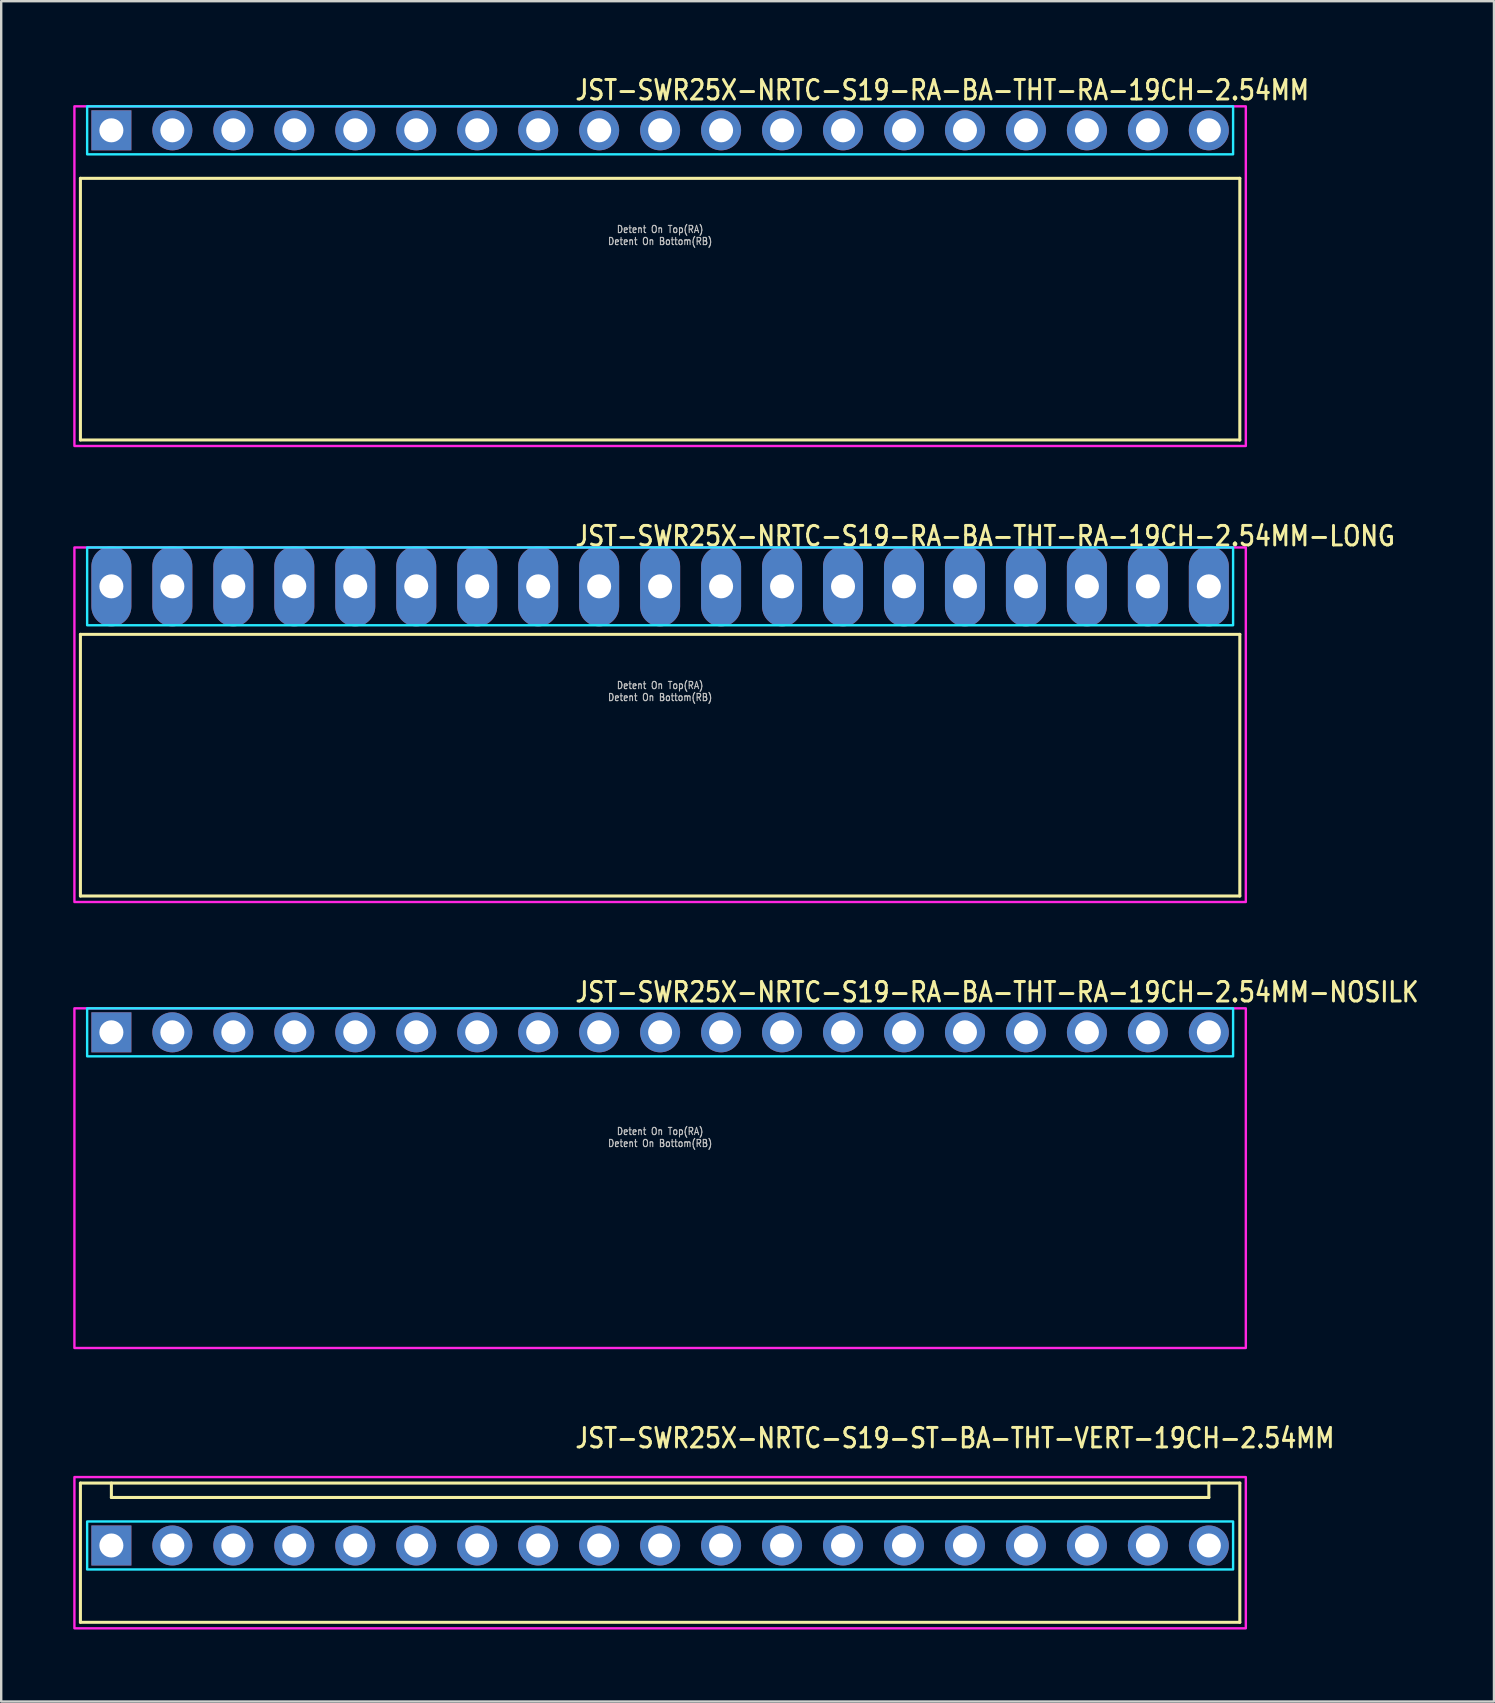
<source format=kicad_pcb>
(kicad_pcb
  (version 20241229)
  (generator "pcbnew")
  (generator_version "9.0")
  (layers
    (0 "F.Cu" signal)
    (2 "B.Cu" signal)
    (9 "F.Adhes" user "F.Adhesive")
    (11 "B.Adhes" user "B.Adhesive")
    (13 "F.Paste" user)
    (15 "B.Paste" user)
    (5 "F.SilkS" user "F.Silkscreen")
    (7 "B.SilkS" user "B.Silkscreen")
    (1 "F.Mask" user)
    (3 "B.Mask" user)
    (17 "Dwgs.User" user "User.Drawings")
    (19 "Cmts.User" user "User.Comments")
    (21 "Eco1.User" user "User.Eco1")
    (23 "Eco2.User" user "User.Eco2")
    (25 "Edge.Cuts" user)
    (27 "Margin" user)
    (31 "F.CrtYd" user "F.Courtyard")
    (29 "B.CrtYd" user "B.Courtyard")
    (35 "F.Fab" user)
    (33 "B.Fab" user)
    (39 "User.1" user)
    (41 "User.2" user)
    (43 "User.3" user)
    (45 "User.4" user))
  (footprint "JST-SWR25X-NRTC-S19-RA-BA-THT-RA-19CH-2.54MM-NOSILK"
    (layer "F.Cu")
    (at 24.45 39.956)
    (property "Reference" "JST-SWR25X-NRTC-S19-RA-BA-THT-RA-19CH-2.54MM-NOSILK" (at -3.6 -1.2 0) (unlocked yes) (layer "F.SilkS") (effects (font (size 0.813 0.695) (thickness 0.122)) (justify left bottom)))
    (fp_poly (pts (xy -23.87 -1) (xy -23.87 1) (xy 23.87 1) (xy 23.87 -1)) (stroke (width 0.1) (type solid)) (fill no) (layer "B.CrtYd"))
    (fp_poly (pts (xy -24.4 -1) (xy -24.4 13.15) (xy 24.4 13.15) (xy 24.4 -1)) (stroke (width 0.1) (type solid)) (fill no) (layer "F.CrtYd"))
    (fp_text user "Detent On Bottom(RB)" (at 0 4.8 0) (unlocked yes) (layer "Dwgs.User") (effects (font (size 0.3 0.257) (thickness 0.045)) (justify bottom)))
    (fp_text user "Detent On Top(RA)" (at 0 4.3 0) (unlocked yes) (layer "Dwgs.User") (effects (font (size 0.3 0.257) (thickness 0.045)) (justify bottom)))
    (pad "1" thru_hole rect (at -22.86 0) (size 1.667 1.667) (drill 1) (layers "*.Cu" "*.Mask"))
    (pad "2" thru_hole oval (at -20.32 0) (size 1.667 1.667) (drill 1) (layers "*.Cu" "*.Mask"))
    (pad "3" thru_hole oval (at -17.78 0) (size 1.667 1.667) (drill 1) (layers "*.Cu" "*.Mask"))
    (pad "4" thru_hole oval (at -15.24 0) (size 1.667 1.667) (drill 1) (layers "*.Cu" "*.Mask"))
    (pad "5" thru_hole oval (at -12.7 0) (size 1.667 1.667) (drill 1) (layers "*.Cu" "*.Mask"))
    (pad "6" thru_hole oval (at -10.16 0) (size 1.667 1.667) (drill 1) (layers "*.Cu" "*.Mask"))
    (pad "7" thru_hole oval (at -7.62 0) (size 1.667 1.667) (drill 1) (layers "*.Cu" "*.Mask"))
    (pad "8" thru_hole oval (at -5.08 0) (size 1.667 1.667) (drill 1) (layers "*.Cu" "*.Mask"))
    (pad "9" thru_hole oval (at -2.54 0) (size 1.667 1.667) (drill 1) (layers "*.Cu" "*.Mask"))
    (pad "10" thru_hole oval (at 0 0) (size 1.667 1.667) (drill 1) (layers "*.Cu" "*.Mask"))
    (pad "11" thru_hole oval (at 2.54 0) (size 1.667 1.667) (drill 1) (layers "*.Cu" "*.Mask"))
    (pad "12" thru_hole oval (at 5.08 0) (size 1.667 1.667) (drill 1) (layers "*.Cu" "*.Mask"))
    (pad "13" thru_hole oval (at 7.62 0) (size 1.667 1.667) (drill 1) (layers "*.Cu" "*.Mask"))
    (pad "14" thru_hole oval (at 10.16 0) (size 1.667 1.667) (drill 1) (layers "*.Cu" "*.Mask"))
    (pad "15" thru_hole oval (at 12.7 0) (size 1.667 1.667) (drill 1) (layers "*.Cu" "*.Mask"))
    (pad "16" thru_hole oval (at 15.24 0) (size 1.667 1.667) (drill 1) (layers "*.Cu" "*.Mask"))
    (pad "17" thru_hole oval (at 17.78 0) (size 1.667 1.667) (drill 1) (layers "*.Cu" "*.Mask"))
    (pad "18" thru_hole oval (at 20.32 0) (size 1.667 1.667) (drill 1) (layers "*.Cu" "*.Mask"))
    (pad "19" thru_hole oval (at 22.86 0) (size 1.667 1.667) (drill 1) (layers "*.Cu" "*.Mask")))
  (footprint "JST-SWR25X-NRTC-S19-RA-BA-THT-RA-19CH-2.54MM"
    (layer "F.Cu")
    (at 24.45 2.379)
    (property "Reference" "JST-SWR25X-NRTC-S19-RA-BA-THT-RA-19CH-2.54MM" (at -3.6 -1.2 0) (unlocked yes) (layer "F.SilkS") (effects (font (size 0.813 0.695) (thickness 0.122)) (justify left bottom)))
    (fp_line (start -24.15 2) (end 24.15 2) (stroke (width 0.127) (type solid)) (layer "F.SilkS"))
    (fp_line (start -24.15 12.9) (end -24.15 2) (stroke (width 0.127) (type solid)) (layer "F.SilkS"))
    (fp_line (start -24.15 12.9) (end 24.15 12.9) (stroke (width 0.127) (type solid)) (layer "F.SilkS"))
    (fp_line (start 24.15 2) (end 24.15 12.9) (stroke (width 0.127) (type solid)) (layer "F.SilkS"))
    (fp_poly (pts (xy -23.87 -1) (xy -23.87 1) (xy 23.87 1) (xy 23.87 -1)) (stroke (width 0.1) (type solid)) (fill no) (layer "B.CrtYd"))
    (fp_poly (pts (xy -24.4 -1) (xy -24.4 13.15) (xy 24.4 13.15) (xy 24.4 -1)) (stroke (width 0.1) (type solid)) (fill no) (layer "F.CrtYd"))
    (fp_text user "Detent On Bottom(RB)" (at 0 4.8 0) (unlocked yes) (layer "Dwgs.User") (effects (font (size 0.3 0.257) (thickness 0.045)) (justify bottom)))
    (fp_text user "Detent On Top(RA)" (at 0 4.3 0) (unlocked yes) (layer "Dwgs.User") (effects (font (size 0.3 0.257) (thickness 0.045)) (justify bottom)))
    (pad "1" thru_hole rect (at -22.86 0) (size 1.667 1.667) (drill 1) (layers "*.Cu" "*.Mask"))
    (pad "2" thru_hole oval (at -20.32 0) (size 1.667 1.667) (drill 1) (layers "*.Cu" "*.Mask"))
    (pad "3" thru_hole oval (at -17.78 0) (size 1.667 1.667) (drill 1) (layers "*.Cu" "*.Mask"))
    (pad "4" thru_hole oval (at -15.24 0) (size 1.667 1.667) (drill 1) (layers "*.Cu" "*.Mask"))
    (pad "5" thru_hole oval (at -12.7 0) (size 1.667 1.667) (drill 1) (layers "*.Cu" "*.Mask"))
    (pad "6" thru_hole oval (at -10.16 0) (size 1.667 1.667) (drill 1) (layers "*.Cu" "*.Mask"))
    (pad "7" thru_hole oval (at -7.62 0) (size 1.667 1.667) (drill 1) (layers "*.Cu" "*.Mask"))
    (pad "8" thru_hole oval (at -5.08 0) (size 1.667 1.667) (drill 1) (layers "*.Cu" "*.Mask"))
    (pad "9" thru_hole oval (at -2.54 0) (size 1.667 1.667) (drill 1) (layers "*.Cu" "*.Mask"))
    (pad "10" thru_hole oval (at 0 0) (size 1.667 1.667) (drill 1) (layers "*.Cu" "*.Mask"))
    (pad "11" thru_hole oval (at 2.54 0) (size 1.667 1.667) (drill 1) (layers "*.Cu" "*.Mask"))
    (pad "12" thru_hole oval (at 5.08 0) (size 1.667 1.667) (drill 1) (layers "*.Cu" "*.Mask"))
    (pad "13" thru_hole oval (at 7.62 0) (size 1.667 1.667) (drill 1) (layers "*.Cu" "*.Mask"))
    (pad "14" thru_hole oval (at 10.16 0) (size 1.667 1.667) (drill 1) (layers "*.Cu" "*.Mask"))
    (pad "15" thru_hole oval (at 12.7 0) (size 1.667 1.667) (drill 1) (layers "*.Cu" "*.Mask"))
    (pad "16" thru_hole oval (at 15.24 0) (size 1.667 1.667) (drill 1) (layers "*.Cu" "*.Mask"))
    (pad "17" thru_hole oval (at 17.78 0) (size 1.667 1.667) (drill 1) (layers "*.Cu" "*.Mask"))
    (pad "18" thru_hole oval (at 20.32 0) (size 1.667 1.667) (drill 1) (layers "*.Cu" "*.Mask"))
    (pad "19" thru_hole oval (at 22.86 0) (size 1.667 1.667) (drill 1) (layers "*.Cu" "*.Mask")))
  (footprint "JST-SWR25X-NRTC-S19-ST-BA-THT-VERT-19CH-2.54MM"
    (layer "F.Cu")
    (at 24.45 61.334)
    (property "Reference" "JST-SWR25X-NRTC-S19-ST-BA-THT-VERT-19CH-2.54MM" (at -3.6 -4 0) (unlocked yes) (layer "F.SilkS") (effects (font (size 0.813 0.695) (thickness 0.122)) (justify left bottom)))
    (fp_line (start -24.15 -2.6) (end 24.15 -2.6) (stroke (width 0.127) (type solid)) (layer "F.SilkS"))
    (fp_line (start -24.15 3.2) (end -24.15 -2.6) (stroke (width 0.127) (type solid)) (layer "F.SilkS"))
    (fp_line (start -24.15 3.2) (end 24.15 3.2) (stroke (width 0.127) (type solid)) (layer "F.SilkS"))
    (fp_line (start -22.86 -2.6) (end -22.86 -2) (stroke (width 0.127) (type solid)) (layer "F.SilkS"))
    (fp_line (start -22.86 -2) (end 22.86 -2) (stroke (width 0.127) (type solid)) (layer "F.SilkS"))
    (fp_line (start 22.86 -2.6) (end 22.86 -2) (stroke (width 0.127) (type solid)) (layer "F.SilkS"))
    (fp_line (start 24.15 -2.6) (end 24.15 3.2) (stroke (width 0.127) (type solid)) (layer "F.SilkS"))
    (fp_poly (pts (xy -23.87 -1) (xy -23.87 1) (xy 23.87 1) (xy 23.87 -1)) (stroke (width 0.1) (type solid)) (fill no) (layer "B.CrtYd"))
    (fp_poly (pts (xy -24.4 -2.85) (xy -24.4 3.45) (xy 24.4 3.45) (xy 24.4 -2.85)) (stroke (width 0.1) (type solid)) (fill no) (layer "F.CrtYd"))
    (pad "1" thru_hole rect (at -22.86 0) (size 1.667 1.667) (drill 1) (layers "*.Cu" "*.Mask"))
    (pad "2" thru_hole oval (at -20.32 0) (size 1.667 1.667) (drill 1) (layers "*.Cu" "*.Mask"))
    (pad "3" thru_hole oval (at -17.78 0) (size 1.667 1.667) (drill 1) (layers "*.Cu" "*.Mask"))
    (pad "4" thru_hole oval (at -15.24 0) (size 1.667 1.667) (drill 1) (layers "*.Cu" "*.Mask"))
    (pad "5" thru_hole oval (at -12.7 0) (size 1.667 1.667) (drill 1) (layers "*.Cu" "*.Mask"))
    (pad "6" thru_hole oval (at -10.16 0) (size 1.667 1.667) (drill 1) (layers "*.Cu" "*.Mask"))
    (pad "7" thru_hole oval (at -7.62 0) (size 1.667 1.667) (drill 1) (layers "*.Cu" "*.Mask"))
    (pad "8" thru_hole oval (at -5.08 0) (size 1.667 1.667) (drill 1) (layers "*.Cu" "*.Mask"))
    (pad "9" thru_hole oval (at -2.54 0) (size 1.667 1.667) (drill 1) (layers "*.Cu" "*.Mask"))
    (pad "10" thru_hole oval (at 0 0) (size 1.667 1.667) (drill 1) (layers "*.Cu" "*.Mask"))
    (pad "11" thru_hole oval (at 2.54 0) (size 1.667 1.667) (drill 1) (layers "*.Cu" "*.Mask"))
    (pad "12" thru_hole oval (at 5.08 0) (size 1.667 1.667) (drill 1) (layers "*.Cu" "*.Mask"))
    (pad "13" thru_hole oval (at 7.62 0) (size 1.667 1.667) (drill 1) (layers "*.Cu" "*.Mask"))
    (pad "14" thru_hole oval (at 10.16 0) (size 1.667 1.667) (drill 1) (layers "*.Cu" "*.Mask"))
    (pad "15" thru_hole oval (at 12.7 0) (size 1.667 1.667) (drill 1) (layers "*.Cu" "*.Mask"))
    (pad "16" thru_hole oval (at 15.24 0) (size 1.667 1.667) (drill 1) (layers "*.Cu" "*.Mask"))
    (pad "17" thru_hole oval (at 17.78 0) (size 1.667 1.667) (drill 1) (layers "*.Cu" "*.Mask"))
    (pad "18" thru_hole oval (at 20.32 0) (size 1.667 1.667) (drill 1) (layers "*.Cu" "*.Mask"))
    (pad "19" thru_hole oval (at 22.86 0) (size 1.667 1.667) (drill 1) (layers "*.Cu" "*.Mask")))
  (footprint "JST-SWR25X-NRTC-S19-RA-BA-THT-RA-19CH-2.54MM-LONG"
    (layer "F.Cu")
    (at 24.45 21.377)
    (property "Reference" "JST-SWR25X-NRTC-S19-RA-BA-THT-RA-19CH-2.54MM-LONG" (at -3.6 -1.62 0) (unlocked yes) (layer "F.SilkS") (effects (font (size 0.813 0.695) (thickness 0.122)) (justify left bottom)))
    (fp_line (start -24.15 2) (end 24.15 2) (stroke (width 0.127) (type solid)) (layer "F.SilkS"))
    (fp_line (start -24.15 12.9) (end -24.15 2) (stroke (width 0.127) (type solid)) (layer "F.SilkS"))
    (fp_line (start -24.15 12.9) (end 24.15 12.9) (stroke (width 0.127) (type solid)) (layer "F.SilkS"))
    (fp_line (start 24.15 2) (end 24.15 12.9) (stroke (width 0.127) (type solid)) (layer "F.SilkS"))
    (fp_poly (pts (xy -23.87 -1.62) (xy -23.87 1.62) (xy 23.87 1.62) (xy 23.87 -1.62)) (stroke (width 0.1) (type solid)) (fill no) (layer "B.CrtYd"))
    (fp_poly (pts (xy -24.4 -1.62) (xy -24.4 13.15) (xy 24.4 13.15) (xy 24.4 -1.62)) (stroke (width 0.1) (type solid)) (fill no) (layer "F.CrtYd"))
    (fp_text user "Detent On Bottom(RB)" (at 0 4.8 0) (unlocked yes) (layer "Dwgs.User") (effects (font (size 0.3 0.257) (thickness 0.045)) (justify bottom)))
    (fp_text user "Detent On Top(RA)" (at 0 4.3 0) (unlocked yes) (layer "Dwgs.User") (effects (font (size 0.3 0.257) (thickness 0.045)) (justify bottom)))
    (pad "1" thru_hole oval (at -22.86 0 90) (size 3.333 1.667) (drill 1) (layers "*.Cu" "*.Mask"))
    (pad "2" thru_hole oval (at -20.32 0 90) (size 3.333 1.667) (drill 1) (layers "*.Cu" "*.Mask"))
    (pad "3" thru_hole oval (at -17.78 0 90) (size 3.333 1.667) (drill 1) (layers "*.Cu" "*.Mask"))
    (pad "4" thru_hole oval (at -15.24 0 90) (size 3.333 1.667) (drill 1) (layers "*.Cu" "*.Mask"))
    (pad "5" thru_hole oval (at -12.7 0 90) (size 3.333 1.667) (drill 1) (layers "*.Cu" "*.Mask"))
    (pad "6" thru_hole oval (at -10.16 0 90) (size 3.333 1.667) (drill 1) (layers "*.Cu" "*.Mask"))
    (pad "7" thru_hole oval (at -7.62 0 90) (size 3.333 1.667) (drill 1) (layers "*.Cu" "*.Mask"))
    (pad "8" thru_hole oval (at -5.08 0 90) (size 3.333 1.667) (drill 1) (layers "*.Cu" "*.Mask"))
    (pad "9" thru_hole oval (at -2.54 0 90) (size 3.333 1.667) (drill 1) (layers "*.Cu" "*.Mask"))
    (pad "10" thru_hole oval (at 0 0 90) (size 3.333 1.667) (drill 1) (layers "*.Cu" "*.Mask"))
    (pad "11" thru_hole oval (at 2.54 0 90) (size 3.333 1.667) (drill 1) (layers "*.Cu" "*.Mask"))
    (pad "12" thru_hole oval (at 5.08 0 90) (size 3.333 1.667) (drill 1) (layers "*.Cu" "*.Mask"))
    (pad "13" thru_hole oval (at 7.62 0 90) (size 3.333 1.667) (drill 1) (layers "*.Cu" "*.Mask"))
    (pad "14" thru_hole oval (at 10.16 0 90) (size 3.333 1.667) (drill 1) (layers "*.Cu" "*.Mask"))
    (pad "15" thru_hole oval (at 12.7 0 90) (size 3.333 1.667) (drill 1) (layers "*.Cu" "*.Mask"))
    (pad "16" thru_hole oval (at 15.24 0 90) (size 3.333 1.667) (drill 1) (layers "*.Cu" "*.Mask"))
    (pad "17" thru_hole oval (at 17.78 0 90) (size 3.333 1.667) (drill 1) (layers "*.Cu" "*.Mask"))
    (pad "18" thru_hole oval (at 20.32 0 90) (size 3.333 1.667) (drill 1) (layers "*.Cu" "*.Mask"))
    (pad "19" thru_hole oval (at 22.86 0 90) (size 3.333 1.667) (drill 1) (layers "*.Cu" "*.Mask")))
  (gr_rect
    (start -3 -3)
    (end 59.188 67.834)
    (stroke (width 0.1) (type default))
    (fill no)
    (layer "Edge.Cuts")))
</source>
